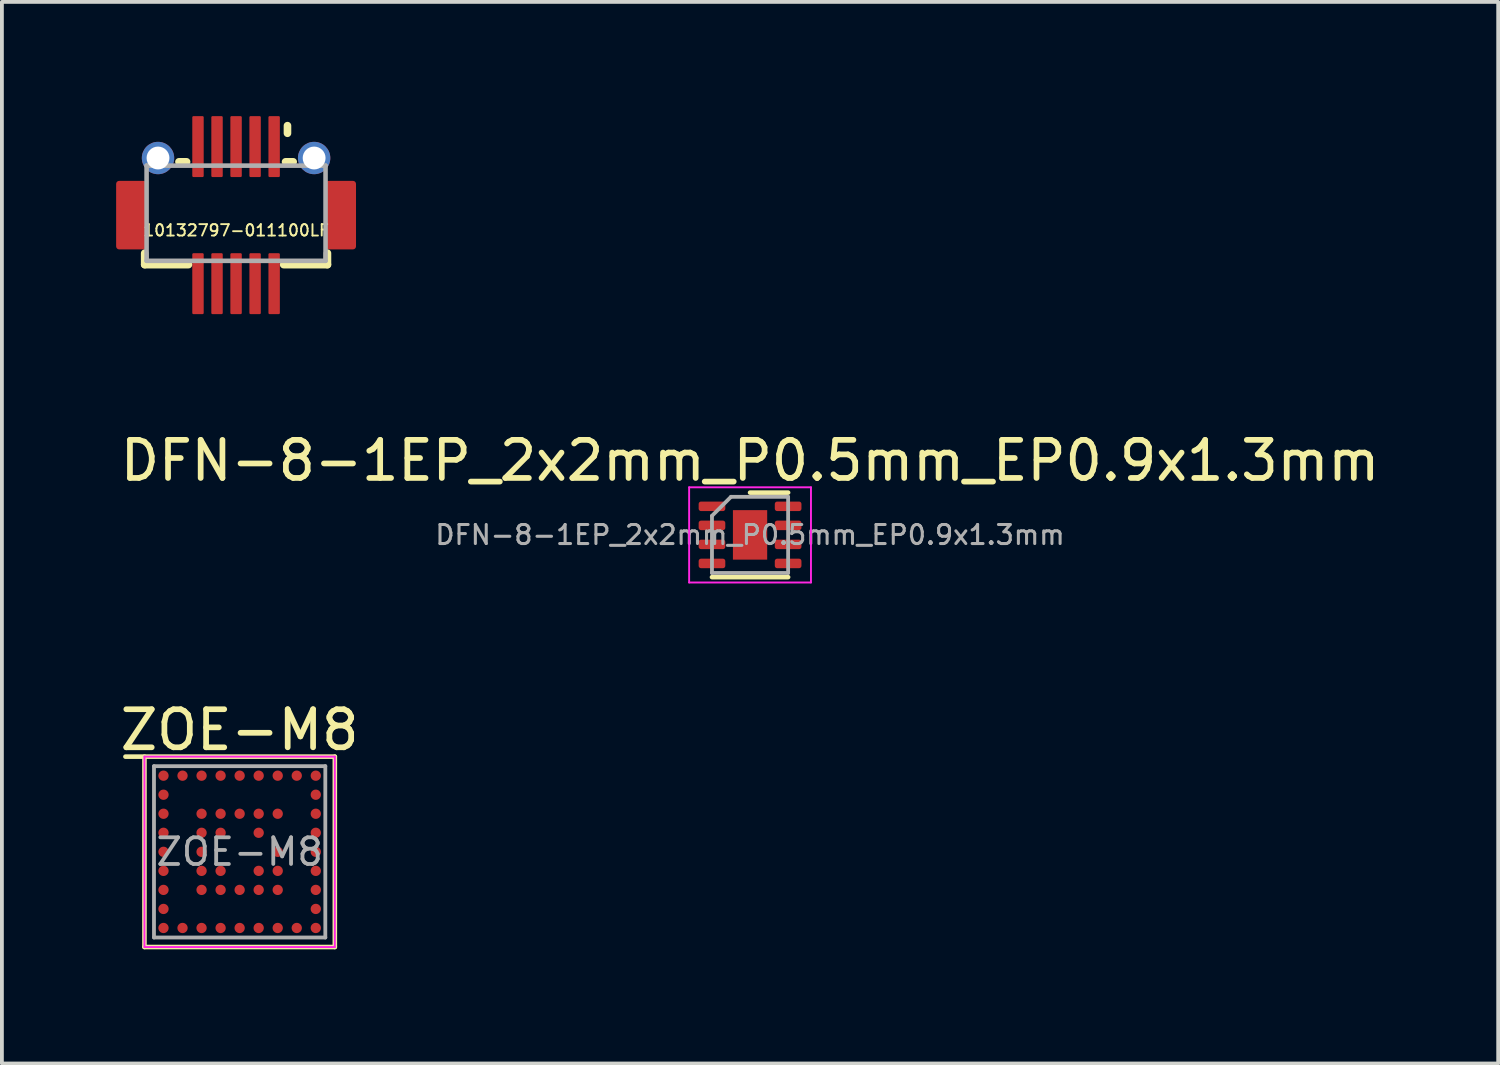
<source format=kicad_pcb>
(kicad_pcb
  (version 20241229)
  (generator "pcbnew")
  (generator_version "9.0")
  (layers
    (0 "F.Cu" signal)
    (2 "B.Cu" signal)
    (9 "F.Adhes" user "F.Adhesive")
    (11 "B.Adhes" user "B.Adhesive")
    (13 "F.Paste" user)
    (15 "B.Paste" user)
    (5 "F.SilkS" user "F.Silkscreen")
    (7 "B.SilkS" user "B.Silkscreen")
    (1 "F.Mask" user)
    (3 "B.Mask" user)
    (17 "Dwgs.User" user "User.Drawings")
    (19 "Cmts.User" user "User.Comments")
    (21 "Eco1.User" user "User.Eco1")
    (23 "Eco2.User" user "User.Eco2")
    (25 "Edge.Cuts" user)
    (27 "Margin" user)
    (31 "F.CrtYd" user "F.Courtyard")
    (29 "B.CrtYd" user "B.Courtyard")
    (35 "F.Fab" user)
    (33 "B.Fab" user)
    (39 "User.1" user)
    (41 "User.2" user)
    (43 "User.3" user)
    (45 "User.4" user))
  (footprint "10132797-011100LF"
    (layer "F.Cu")
    (at 3.15 2.6)
    (property "Reference" "10132797-011100LF" (at 0 0.4 0) (layer "F.SilkS") (effects (font (size 0.3 0.3) (thickness 0.05))))
    (attr through_hole)
    (fp_line (start -2.4 1.3) (end -2.4 1) (stroke (width 0.2) (type solid)) (layer "F.SilkS"))
    (fp_line (start -2.4 1.3) (end -1.25 1.3) (stroke (width 0.2) (type solid)) (layer "F.SilkS"))
    (fp_line (start -1.3 -1.4) (end -1.5 -1.4) (stroke (width 0.2) (type solid)) (layer "F.SilkS"))
    (fp_line (start 1.35 -2.35) (end 1.35 -2.15) (stroke (width 0.2) (type solid)) (layer "F.SilkS"))
    (fp_line (start 1.5 -1.4) (end 1.3 -1.4) (stroke (width 0.2) (type solid)) (layer "F.SilkS"))
    (fp_line (start 2.4 1) (end 2.4 1.3) (stroke (width 0.2) (type solid)) (layer "F.SilkS"))
    (fp_line (start 2.4 1.3) (end 1.25 1.3) (stroke (width 0.2) (type solid)) (layer "F.SilkS"))
    (fp_line (start -2.35 -1.3) (end 2.35 -1.3) (stroke (width 0.12) (type solid)) (layer "F.Fab"))
    (fp_line (start -2.35 1.2) (end -2.35 -1.3) (stroke (width 0.12) (type solid)) (layer "F.Fab"))
    (fp_line (start 2.35 -1.3) (end 2.35 1.2) (stroke (width 0.12) (type solid)) (layer "F.Fab"))
    (fp_line (start 2.35 1.2) (end -2.35 1.2) (stroke (width 0.12) (type solid)) (layer "F.Fab"))
    (pad "" smd roundrect (at -2.75 0 180) (size 0.8 1.8) (layers "F.Cu" "F.Mask" "F.Paste") (roundrect_rratio 0.1))
    (pad "" thru_hole circle (at -2.05 -1.5) (size 0.85 0.85) (drill 0.6) (layers "*.Cu" "*.Mask"))
    (pad "" thru_hole circle (at 2.05 -1.5) (size 0.85 0.85) (drill 0.6) (layers "*.Cu" "*.Mask"))
    (pad "" smd roundrect (at 2.75 0) (size 0.8 1.8) (layers "F.Cu" "F.Mask" "F.Paste") (roundrect_rratio 0.1))
    (pad "1" smd roundrect (at 1 -1.8 180) (size 0.3 1.6) (layers "F.Cu" "F.Mask" "F.Paste") (roundrect_rratio 0.1))
    (pad "2" smd roundrect (at 0.5 -1.8 180) (size 0.3 1.6) (layers "F.Cu" "F.Mask" "F.Paste") (roundrect_rratio 0.1))
    (pad "3" smd roundrect (at 0 -1.8 180) (size 0.3 1.6) (layers "F.Cu" "F.Mask" "F.Paste") (roundrect_rratio 0.1))
    (pad "4" smd roundrect (at -0.5 -1.8 180) (size 0.3 1.6) (layers "F.Cu" "F.Mask" "F.Paste") (roundrect_rratio 0.1))
    (pad "5" smd roundrect (at -1 -1.8 180) (size 0.3 1.6) (layers "F.Cu" "F.Mask" "F.Paste") (roundrect_rratio 0.1))
    (pad "6" smd roundrect (at -1 1.8) (size 0.3 1.6) (layers "F.Cu" "F.Mask" "F.Paste") (roundrect_rratio 0.1))
    (pad "7" smd roundrect (at -0.5 1.8) (size 0.3 1.6) (layers "F.Cu" "F.Mask" "F.Paste") (roundrect_rratio 0.1))
    (pad "8" smd roundrect (at 0 1.8) (size 0.3 1.6) (layers "F.Cu" "F.Mask" "F.Paste") (roundrect_rratio 0.1))
    (pad "9" smd roundrect (at 0.5 1.8) (size 0.3 1.6) (layers "F.Cu" "F.Mask" "F.Paste") (roundrect_rratio 0.1))
    (pad "10" smd roundrect (at 1 1.8) (size 0.3 1.6) (layers "F.Cu" "F.Mask" "F.Paste") (roundrect_rratio 0.1)))
  (footprint "DFN-8-1EP_2x2mm_P0.5mm_EP0.9x1.3mm"
    (layer "F.Cu")
    (at 16.649 10.998)
    (property "Reference" "DFN-8-1EP_2x2mm_P0.5mm_EP0.9x1.3mm" (at 0 -1.95 0) (layer "F.SilkS") (effects (font (size 1 1) (thickness 0.15))))
    (attr smd)
    (fp_line (start -1 1.11) (end 1 1.11) (stroke (width 0.12) (type solid)) (layer "F.SilkS"))
    (fp_line (start 0 -1.11) (end 1 -1.11) (stroke (width 0.12) (type solid)) (layer "F.SilkS"))
    (fp_line (start -1.6 -1.25) (end -1.6 1.25) (stroke (width 0.05) (type solid)) (layer "F.CrtYd"))
    (fp_line (start -1.6 1.25) (end 1.6 1.25) (stroke (width 0.05) (type solid)) (layer "F.CrtYd"))
    (fp_line (start 1.6 -1.25) (end -1.6 -1.25) (stroke (width 0.05) (type solid)) (layer "F.CrtYd"))
    (fp_line (start 1.6 1.25) (end 1.6 -1.25) (stroke (width 0.05) (type solid)) (layer "F.CrtYd"))
    (fp_line (start -1 -0.5) (end -0.5 -1) (stroke (width 0.1) (type solid)) (layer "F.Fab"))
    (fp_line (start -1 1) (end -1 -0.5) (stroke (width 0.1) (type solid)) (layer "F.Fab"))
    (fp_line (start -0.5 -1) (end 1 -1) (stroke (width 0.1) (type solid)) (layer "F.Fab"))
    (fp_line (start 1 -1) (end 1 1) (stroke (width 0.1) (type solid)) (layer "F.Fab"))
    (fp_line (start 1 1) (end -1 1) (stroke (width 0.1) (type solid)) (layer "F.Fab"))
    (fp_text user "${REFERENCE}" (at 0 0 0) (layer "F.Fab") (effects (font (size 0.5 0.5) (thickness 0.08))))
    (pad "" smd roundrect (at -0.225 -0.325) (size 0.36 0.52) (layers "F.Paste") (roundrect_rratio 0.25))
    (pad "" smd roundrect (at -0.225 0.325) (size 0.36 0.52) (layers "F.Paste") (roundrect_rratio 0.25))
    (pad "" smd roundrect (at 0.225 -0.325) (size 0.36 0.52) (layers "F.Paste") (roundrect_rratio 0.25))
    (pad "" smd roundrect (at 0.225 0.325) (size 0.36 0.52) (layers "F.Paste") (roundrect_rratio 0.25))
    (pad "1" smd roundrect (at -1 -0.75) (size 0.7 0.25) (layers "F.Cu" "F.Mask" "F.Paste") (roundrect_rratio 0.25))
    (pad "2" smd roundrect (at -1 -0.25) (size 0.7 0.25) (layers "F.Cu" "F.Mask" "F.Paste") (roundrect_rratio 0.25))
    (pad "3" smd roundrect (at -1 0.25) (size 0.7 0.25) (layers "F.Cu" "F.Mask" "F.Paste") (roundrect_rratio 0.25))
    (pad "4" smd roundrect (at -1 0.75) (size 0.7 0.25) (layers "F.Cu" "F.Mask" "F.Paste") (roundrect_rratio 0.25))
    (pad "5" smd roundrect (at 1 0.75) (size 0.7 0.25) (layers "F.Cu" "F.Mask" "F.Paste") (roundrect_rratio 0.25))
    (pad "6" smd roundrect (at 1 0.25) (size 0.7 0.25) (layers "F.Cu" "F.Mask" "F.Paste") (roundrect_rratio 0.25))
    (pad "7" smd roundrect (at 1 -0.25) (size 0.7 0.25) (layers "F.Cu" "F.Mask" "F.Paste") (roundrect_rratio 0.25))
    (pad "8" smd roundrect (at 1 -0.75) (size 0.7 0.25) (layers "F.Cu" "F.Mask" "F.Paste") (roundrect_rratio 0.25))
    (pad "9" smd rect (at 0 0) (size 0.9 1.3) (layers "F.Cu" "F.Mask")))
  (footprint "ZOE-M8"
    (layer "F.Cu")
    (at 3.244 19.322)
    (property "Reference" "ZOE-M8" (at 0 -3.2 0) (layer "F.SilkS") (effects (font (size 1 1) (thickness 0.15))))
    (attr through_hole)
    (fp_line (start -3 -2.5) (end 2.5 -2.5) (stroke (width 0.12) (type solid)) (layer "F.SilkS"))
    (fp_line (start -2.5 2.5) (end -2.5 -2.5) (stroke (width 0.12) (type solid)) (layer "F.SilkS"))
    (fp_line (start -2.5 2.5) (end 2.5 2.5) (stroke (width 0.12) (type solid)) (layer "F.SilkS"))
    (fp_line (start 2.5 -2.5) (end 2.5 2.5) (stroke (width 0.12) (type solid)) (layer "F.SilkS"))
    (fp_line (start -2.5 -2.5) (end -2.5 2.5) (stroke (width 0.05) (type solid)) (layer "F.CrtYd"))
    (fp_line (start -2.5 2.5) (end 2.5 2.5) (stroke (width 0.05) (type solid)) (layer "F.CrtYd"))
    (fp_line (start 2.5 -2.5) (end -2.5 -2.5) (stroke (width 0.05) (type solid)) (layer "F.CrtYd"))
    (fp_line (start 2.5 2.5) (end 2.5 -2.5) (stroke (width 0.05) (type solid)) (layer "F.CrtYd"))
    (fp_line (start -2.25 -2.25) (end -2.25 2.25) (stroke (width 0.1) (type solid)) (layer "F.Fab"))
    (fp_line (start -2.25 2.25) (end 2.25 2.25) (stroke (width 0.1) (type solid)) (layer "F.Fab"))
    (fp_line (start 2.25 -2.25) (end -2.25 -2.25) (stroke (width 0.1) (type solid)) (layer "F.Fab"))
    (fp_line (start 2.25 2.25) (end 2.25 -2.25) (stroke (width 0.1) (type solid)) (layer "F.Fab"))
    (fp_text user "${REFERENCE}" (at 0 0 0) (layer "F.Fab") (effects (font (size 0.7 0.7) (thickness 0.1))))
    (pad "P$2E1" smd circle (at -2 0 180) (size 0.27 0.27) (layers "F.Cu" "F.Mask" "F.Paste"))
    (pad "P$A1" smd circle (at -2 -2 180) (size 0.27 0.27) (layers "F.Cu" "F.Mask" "F.Paste"))
    (pad "P$A2" smd circle (at -1.5 -2 180) (size 0.27 0.27) (layers "F.Cu" "F.Mask" "F.Paste"))
    (pad "P$A3" smd circle (at -1 -2 180) (size 0.27 0.27) (layers "F.Cu" "F.Mask" "F.Paste"))
    (pad "P$A4" smd circle (at -0.5 -2 180) (size 0.27 0.27) (layers "F.Cu" "F.Mask" "F.Paste"))
    (pad "P$A5" smd circle (at 0 -2) (size 0.27 0.27) (layers "F.Cu" "F.Mask" "F.Paste"))
    (pad "P$A6" smd circle (at 0.5 -2 90) (size 0.27 0.27) (layers "F.Cu" "F.Mask" "F.Paste"))
    (pad "P$A7" smd circle (at 1 -2 90) (size 0.27 0.27) (layers "F.Cu" "F.Mask" "F.Paste"))
    (pad "P$A8" smd circle (at 1.5 -2 180) (size 0.27 0.27) (layers "F.Cu" "F.Mask" "F.Paste"))
    (pad "P$A9" smd circle (at 2 -2 180) (size 0.27 0.27) (layers "F.Cu" "F.Mask" "F.Paste"))
    (pad "P$B1" smd circle (at -2 -1.5 180) (size 0.27 0.27) (layers "F.Cu" "F.Mask" "F.Paste"))
    (pad "P$B9" smd circle (at 2 -1.5 180) (size 0.27 0.27) (layers "F.Cu" "F.Mask" "F.Paste"))
    (pad "P$C1" smd circle (at -2 -1 180) (size 0.27 0.27) (layers "F.Cu" "F.Mask" "F.Paste"))
    (pad "P$C3" smd circle (at -1 -1 180) (size 0.27 0.27) (layers "F.Cu" "F.Mask" "F.Paste"))
    (pad "P$C4" smd circle (at -0.5 -1 180) (size 0.27 0.27) (layers "F.Cu" "F.Mask" "F.Paste"))
    (pad "P$C5" smd circle (at 0 -1 180) (size 0.27 0.27) (layers "F.Cu" "F.Mask" "F.Paste"))
    (pad "P$C6" smd circle (at 0.5 -1 180) (size 0.27 0.27) (layers "F.Cu" "F.Mask" "F.Paste"))
    (pad "P$C7" smd circle (at 1 -1 180) (size 0.27 0.27) (layers "F.Cu" "F.Mask" "F.Paste"))
    (pad "P$C9" smd circle (at 2 -1 180) (size 0.27 0.27) (layers "F.Cu" "F.Mask" "F.Paste"))
    (pad "P$D1" smd circle (at -2 -0.5 180) (size 0.27 0.27) (layers "F.Cu" "F.Mask" "F.Paste"))
    (pad "P$D3" smd circle (at -1 -0.5 180) (size 0.27 0.27) (layers "F.Cu" "F.Mask" "F.Paste"))
    (pad "P$D4" smd circle (at -0.5 -0.5 180) (size 0.27 0.27) (layers "F.Cu" "F.Mask" "F.Paste"))
    (pad "P$D6" smd circle (at 0.5 -0.5 180) (size 0.27 0.27) (layers "F.Cu" "F.Mask" "F.Paste"))
    (pad "P$D9" smd circle (at 2 -0.5 180) (size 0.27 0.27) (layers "F.Cu" "F.Mask" "F.Paste"))
    (pad "P$E3" smd circle (at -1 0 180) (size 0.27 0.27) (layers "F.Cu" "F.Mask" "F.Paste"))
    (pad "P$E7" smd circle (at 1 0 180) (size 0.27 0.27) (layers "F.Cu" "F.Mask" "F.Paste"))
    (pad "P$E9" smd circle (at 2 0 180) (size 0.27 0.27) (layers "F.Cu" "F.Mask" "F.Paste"))
    (pad "P$F1" smd circle (at -2 0.5 180) (size 0.27 0.27) (layers "F.Cu" "F.Mask" "F.Paste"))
    (pad "P$F3" smd circle (at -1 0.5 180) (size 0.27 0.27) (layers "F.Cu" "F.Mask" "F.Paste"))
    (pad "P$F4" smd circle (at -0.5 0.5 180) (size 0.27 0.27) (layers "F.Cu" "F.Mask" "F.Paste"))
    (pad "P$F6" smd circle (at 0.5 0.5 180) (size 0.27 0.27) (layers "F.Cu" "F.Mask" "F.Paste"))
    (pad "P$F7" smd circle (at 1 0.5 180) (size 0.27 0.27) (layers "F.Cu" "F.Mask" "F.Paste"))
    (pad "P$F9" smd circle (at 2 0.5 180) (size 0.27 0.27) (layers "F.Cu" "F.Mask" "F.Paste"))
    (pad "P$G1" smd circle (at -2 1 180) (size 0.27 0.27) (layers "F.Cu" "F.Mask" "F.Paste"))
    (pad "P$G3" smd circle (at -1 1 180) (size 0.27 0.27) (layers "F.Cu" "F.Mask" "F.Paste"))
    (pad "P$G4" smd circle (at -0.5 1 180) (size 0.27 0.27) (layers "F.Cu" "F.Mask" "F.Paste"))
    (pad "P$G5" smd circle (at 0 1 180) (size 0.27 0.27) (layers "F.Cu" "F.Mask" "F.Paste"))
    (pad "P$G6" smd circle (at 0.5 1 180) (size 0.27 0.27) (layers "F.Cu" "F.Mask" "F.Paste"))
    (pad "P$G7" smd circle (at 1 1 180) (size 0.27 0.27) (layers "F.Cu" "F.Mask" "F.Paste"))
    (pad "P$G9" smd circle (at 2 1 180) (size 0.27 0.27) (layers "F.Cu" "F.Mask" "F.Paste"))
    (pad "P$H1" smd circle (at -2 1.5 180) (size 0.27 0.27) (layers "F.Cu" "F.Mask" "F.Paste"))
    (pad "P$H9" smd circle (at 2 1.5 180) (size 0.27 0.27) (layers "F.Cu" "F.Mask" "F.Paste"))
    (pad "P$J1" smd circle (at -2 2 180) (size 0.27 0.27) (layers "F.Cu" "F.Mask" "F.Paste"))
    (pad "P$J2" smd circle (at -1.5 2 180) (size 0.27 0.27) (layers "F.Cu" "F.Mask" "F.Paste"))
    (pad "P$J3" smd circle (at -1 2 180) (size 0.27 0.27) (layers "F.Cu" "F.Mask" "F.Paste"))
    (pad "P$J4" smd circle (at -0.5 2 180) (size 0.27 0.27) (layers "F.Cu" "F.Mask" "F.Paste"))
    (pad "P$J5" smd circle (at 0 2 180) (size 0.27 0.27) (layers "F.Cu" "F.Mask" "F.Paste"))
    (pad "P$J6" smd circle (at 0.5 2 180) (size 0.27 0.27) (layers "F.Cu" "F.Mask" "F.Paste"))
    (pad "P$J7" smd circle (at 1 2 180) (size 0.27 0.27) (layers "F.Cu" "F.Mask" "F.Paste"))
    (pad "P$J8" smd circle (at 1.5 2 180) (size 0.27 0.27) (layers "F.Cu" "F.Mask" "F.Paste"))
    (pad "P$J9" smd circle (at 2 2 180) (size 0.27 0.27) (layers "F.Cu" "F.Mask" "F.Paste")))
  (gr_rect
    (start -3 -3)
    (end 36.298 24.881)
    (stroke (width 0.1) (type default))
    (fill no)
    (layer "Edge.Cuts")))
</source>
